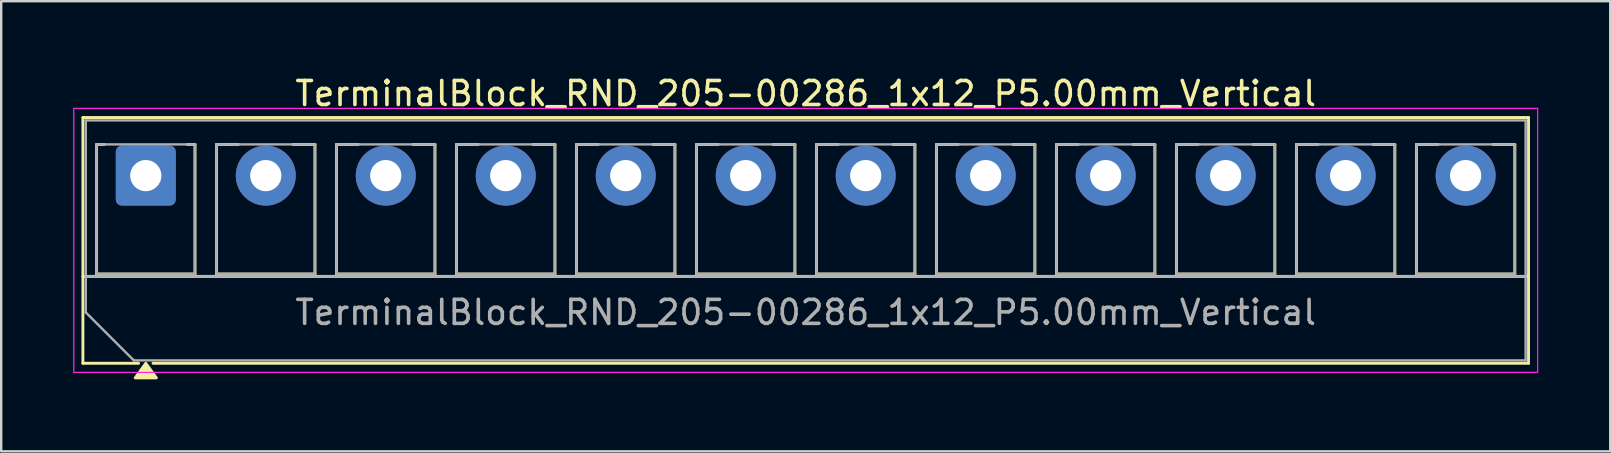
<source format=kicad_pcb>
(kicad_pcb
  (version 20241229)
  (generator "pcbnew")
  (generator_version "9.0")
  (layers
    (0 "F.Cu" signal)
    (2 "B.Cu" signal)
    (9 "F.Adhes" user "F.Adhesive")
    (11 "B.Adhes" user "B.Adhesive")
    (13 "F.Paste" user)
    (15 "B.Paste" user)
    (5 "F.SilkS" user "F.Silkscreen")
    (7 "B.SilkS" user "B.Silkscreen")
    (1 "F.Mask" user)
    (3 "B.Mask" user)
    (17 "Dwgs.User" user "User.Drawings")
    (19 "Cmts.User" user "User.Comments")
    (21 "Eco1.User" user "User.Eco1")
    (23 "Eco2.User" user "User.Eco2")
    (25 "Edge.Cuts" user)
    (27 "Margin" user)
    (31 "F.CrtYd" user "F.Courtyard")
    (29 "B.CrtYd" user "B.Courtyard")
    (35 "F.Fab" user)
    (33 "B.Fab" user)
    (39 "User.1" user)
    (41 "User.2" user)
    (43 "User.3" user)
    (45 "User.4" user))
  (footprint "TerminalBlock_RND_205-00286_1x12_P5.00mm_Vertical"
    (layer "F.Cu")
    (at 3.025 4.268)
    (property "Reference" "TerminalBlock_RND_205-00286_1x12_P5.00mm_Vertical" (at 27.5 -3.42 0) (layer "F.SilkS") (effects (font (size 1 1) (thickness 0.15))))
    (attr through_hole)
    (fp_line (start -2.62 -2.42) (end -2.62 7.82) (stroke (width 0.12) (type solid)) (layer "F.SilkS"))
    (fp_line (start -2.62 -2.42) (end 57.62 -2.42) (stroke (width 0.12) (type solid)) (layer "F.SilkS"))
    (fp_line (start -2.62 4.2) (end 57.62 4.2) (stroke (width 0.12) (type solid)) (layer "F.SilkS"))
    (fp_line (start -2.62 7.82) (end -0.3 7.82) (stroke (width 0.12) (type solid)) (layer "F.SilkS"))
    (fp_line (start -2.05 -1.3) (end -2.05 4.1) (stroke (width 0.12) (type solid)) (layer "F.SilkS"))
    (fp_line (start -2.05 -1.3) (end -1.73 -1.3) (stroke (width 0.12) (type solid)) (layer "F.SilkS"))
    (fp_line (start -2.05 4.1) (end 2.05 4.1) (stroke (width 0.12) (type solid)) (layer "F.SilkS"))
    (fp_line (start 0.3 7.82) (end 57.62 7.82) (stroke (width 0.12) (type solid)) (layer "F.SilkS"))
    (fp_line (start 1.73 -1.3) (end 2.05 -1.3) (stroke (width 0.12) (type solid)) (layer "F.SilkS"))
    (fp_line (start 2.05 -1.3) (end 2.05 4.1) (stroke (width 0.12) (type solid)) (layer "F.SilkS"))
    (fp_line (start 2.95 -1.3) (end 2.95 4.1) (stroke (width 0.12) (type solid)) (layer "F.SilkS"))
    (fp_line (start 2.95 -1.3) (end 3.859 -1.3) (stroke (width 0.12) (type solid)) (layer "F.SilkS"))
    (fp_line (start 2.95 4.1) (end 7.05 4.1) (stroke (width 0.12) (type solid)) (layer "F.SilkS"))
    (fp_line (start 6.141 -1.3) (end 7.05 -1.3) (stroke (width 0.12) (type solid)) (layer "F.SilkS"))
    (fp_line (start 7.05 -1.3) (end 7.05 4.1) (stroke (width 0.12) (type solid)) (layer "F.SilkS"))
    (fp_line (start 7.95 -1.3) (end 7.95 4.1) (stroke (width 0.12) (type solid)) (layer "F.SilkS"))
    (fp_line (start 7.95 -1.3) (end 8.859 -1.3) (stroke (width 0.12) (type solid)) (layer "F.SilkS"))
    (fp_line (start 7.95 4.1) (end 12.05 4.1) (stroke (width 0.12) (type solid)) (layer "F.SilkS"))
    (fp_line (start 11.141 -1.3) (end 12.05 -1.3) (stroke (width 0.12) (type solid)) (layer "F.SilkS"))
    (fp_line (start 12.05 -1.3) (end 12.05 4.1) (stroke (width 0.12) (type solid)) (layer "F.SilkS"))
    (fp_line (start 12.95 -1.3) (end 12.95 4.1) (stroke (width 0.12) (type solid)) (layer "F.SilkS"))
    (fp_line (start 12.95 -1.3) (end 13.859 -1.3) (stroke (width 0.12) (type solid)) (layer "F.SilkS"))
    (fp_line (start 12.95 4.1) (end 17.05 4.1) (stroke (width 0.12) (type solid)) (layer "F.SilkS"))
    (fp_line (start 16.141 -1.3) (end 17.05 -1.3) (stroke (width 0.12) (type solid)) (layer "F.SilkS"))
    (fp_line (start 17.05 -1.3) (end 17.05 4.1) (stroke (width 0.12) (type solid)) (layer "F.SilkS"))
    (fp_line (start 17.95 -1.3) (end 17.95 4.1) (stroke (width 0.12) (type solid)) (layer "F.SilkS"))
    (fp_line (start 17.95 -1.3) (end 18.859 -1.3) (stroke (width 0.12) (type solid)) (layer "F.SilkS"))
    (fp_line (start 17.95 4.1) (end 22.05 4.1) (stroke (width 0.12) (type solid)) (layer "F.SilkS"))
    (fp_line (start 21.141 -1.3) (end 22.05 -1.3) (stroke (width 0.12) (type solid)) (layer "F.SilkS"))
    (fp_line (start 22.05 -1.3) (end 22.05 4.1) (stroke (width 0.12) (type solid)) (layer "F.SilkS"))
    (fp_line (start 22.95 -1.3) (end 22.95 4.1) (stroke (width 0.12) (type solid)) (layer "F.SilkS"))
    (fp_line (start 22.95 -1.3) (end 23.859 -1.3) (stroke (width 0.12) (type solid)) (layer "F.SilkS"))
    (fp_line (start 22.95 4.1) (end 27.05 4.1) (stroke (width 0.12) (type solid)) (layer "F.SilkS"))
    (fp_line (start 26.141 -1.3) (end 27.05 -1.3) (stroke (width 0.12) (type solid)) (layer "F.SilkS"))
    (fp_line (start 27.05 -1.3) (end 27.05 4.1) (stroke (width 0.12) (type solid)) (layer "F.SilkS"))
    (fp_line (start 27.95 -1.3) (end 27.95 4.1) (stroke (width 0.12) (type solid)) (layer "F.SilkS"))
    (fp_line (start 27.95 -1.3) (end 28.859 -1.3) (stroke (width 0.12) (type solid)) (layer "F.SilkS"))
    (fp_line (start 27.95 4.1) (end 32.05 4.1) (stroke (width 0.12) (type solid)) (layer "F.SilkS"))
    (fp_line (start 31.141 -1.3) (end 32.05 -1.3) (stroke (width 0.12) (type solid)) (layer "F.SilkS"))
    (fp_line (start 32.05 -1.3) (end 32.05 4.1) (stroke (width 0.12) (type solid)) (layer "F.SilkS"))
    (fp_line (start 32.95 -1.3) (end 32.95 4.1) (stroke (width 0.12) (type solid)) (layer "F.SilkS"))
    (fp_line (start 32.95 -1.3) (end 33.859 -1.3) (stroke (width 0.12) (type solid)) (layer "F.SilkS"))
    (fp_line (start 32.95 4.1) (end 37.05 4.1) (stroke (width 0.12) (type solid)) (layer "F.SilkS"))
    (fp_line (start 36.141 -1.3) (end 37.05 -1.3) (stroke (width 0.12) (type solid)) (layer "F.SilkS"))
    (fp_line (start 37.05 -1.3) (end 37.05 4.1) (stroke (width 0.12) (type solid)) (layer "F.SilkS"))
    (fp_line (start 37.95 -1.3) (end 37.95 4.1) (stroke (width 0.12) (type solid)) (layer "F.SilkS"))
    (fp_line (start 37.95 -1.3) (end 38.859 -1.3) (stroke (width 0.12) (type solid)) (layer "F.SilkS"))
    (fp_line (start 37.95 4.1) (end 42.05 4.1) (stroke (width 0.12) (type solid)) (layer "F.SilkS"))
    (fp_line (start 41.141 -1.3) (end 42.05 -1.3) (stroke (width 0.12) (type solid)) (layer "F.SilkS"))
    (fp_line (start 42.05 -1.3) (end 42.05 4.1) (stroke (width 0.12) (type solid)) (layer "F.SilkS"))
    (fp_line (start 42.95 -1.3) (end 42.95 4.1) (stroke (width 0.12) (type solid)) (layer "F.SilkS"))
    (fp_line (start 42.95 -1.3) (end 43.859 -1.3) (stroke (width 0.12) (type solid)) (layer "F.SilkS"))
    (fp_line (start 42.95 4.1) (end 47.05 4.1) (stroke (width 0.12) (type solid)) (layer "F.SilkS"))
    (fp_line (start 46.141 -1.3) (end 47.05 -1.3) (stroke (width 0.12) (type solid)) (layer "F.SilkS"))
    (fp_line (start 47.05 -1.3) (end 47.05 4.1) (stroke (width 0.12) (type solid)) (layer "F.SilkS"))
    (fp_line (start 47.95 -1.3) (end 47.95 4.1) (stroke (width 0.12) (type solid)) (layer "F.SilkS"))
    (fp_line (start 47.95 -1.3) (end 48.859 -1.3) (stroke (width 0.12) (type solid)) (layer "F.SilkS"))
    (fp_line (start 47.95 4.1) (end 52.05 4.1) (stroke (width 0.12) (type solid)) (layer "F.SilkS"))
    (fp_line (start 51.141 -1.3) (end 52.05 -1.3) (stroke (width 0.12) (type solid)) (layer "F.SilkS"))
    (fp_line (start 52.05 -1.3) (end 52.05 4.1) (stroke (width 0.12) (type solid)) (layer "F.SilkS"))
    (fp_line (start 52.95 -1.3) (end 52.95 4.1) (stroke (width 0.12) (type solid)) (layer "F.SilkS"))
    (fp_line (start 52.95 -1.3) (end 53.859 -1.3) (stroke (width 0.12) (type solid)) (layer "F.SilkS"))
    (fp_line (start 52.95 4.1) (end 57.05 4.1) (stroke (width 0.12) (type solid)) (layer "F.SilkS"))
    (fp_line (start 56.141 -1.3) (end 57.05 -1.3) (stroke (width 0.12) (type solid)) (layer "F.SilkS"))
    (fp_line (start 57.05 -1.3) (end 57.05 4.1) (stroke (width 0.12) (type solid)) (layer "F.SilkS"))
    (fp_line (start 57.62 -2.42) (end 57.62 7.82) (stroke (width 0.12) (type solid)) (layer "F.SilkS"))
    (fp_poly (pts (xy 0 7.82) (xy 0.44 8.43) (xy -0.44 8.43)) (stroke (width 0.12) (type solid)) (fill yes) (layer "F.SilkS"))
    (fp_line (start -3 -2.8) (end -3 8.2) (stroke (width 0.05) (type solid)) (layer "F.CrtYd"))
    (fp_line (start -3 8.2) (end 58 8.2) (stroke (width 0.05) (type solid)) (layer "F.CrtYd"))
    (fp_line (start 58 -2.8) (end -3 -2.8) (stroke (width 0.05) (type solid)) (layer "F.CrtYd"))
    (fp_line (start 58 8.2) (end 58 -2.8) (stroke (width 0.05) (type solid)) (layer "F.CrtYd"))
    (fp_line (start -2.5 -2.3) (end 57.5 -2.3) (stroke (width 0.1) (type solid)) (layer "F.Fab"))
    (fp_line (start -2.5 4.2) (end 57.5 4.2) (stroke (width 0.1) (type solid)) (layer "F.Fab"))
    (fp_line (start -2.5 5.7) (end -2.5 -2.3) (stroke (width 0.1) (type solid)) (layer "F.Fab"))
    (fp_line (start -2.05 -1.3) (end -2.05 4.1) (stroke (width 0.1) (type solid)) (layer "F.Fab"))
    (fp_line (start -2.05 4.1) (end 2.05 4.1) (stroke (width 0.1) (type solid)) (layer "F.Fab"))
    (fp_line (start -0.5 7.7) (end -2.5 5.7) (stroke (width 0.1) (type solid)) (layer "F.Fab"))
    (fp_line (start 2.05 -1.3) (end -2.05 -1.3) (stroke (width 0.1) (type solid)) (layer "F.Fab"))
    (fp_line (start 2.05 4.1) (end 2.05 -1.3) (stroke (width 0.1) (type solid)) (layer "F.Fab"))
    (fp_line (start 2.95 -1.3) (end 2.95 4.1) (stroke (width 0.1) (type solid)) (layer "F.Fab"))
    (fp_line (start 2.95 4.1) (end 7.05 4.1) (stroke (width 0.1) (type solid)) (layer "F.Fab"))
    (fp_line (start 7.05 -1.3) (end 2.95 -1.3) (stroke (width 0.1) (type solid)) (layer "F.Fab"))
    (fp_line (start 7.05 4.1) (end 7.05 -1.3) (stroke (width 0.1) (type solid)) (layer "F.Fab"))
    (fp_line (start 7.95 -1.3) (end 7.95 4.1) (stroke (width 0.1) (type solid)) (layer "F.Fab"))
    (fp_line (start 7.95 4.1) (end 12.05 4.1) (stroke (width 0.1) (type solid)) (layer "F.Fab"))
    (fp_line (start 12.05 -1.3) (end 7.95 -1.3) (stroke (width 0.1) (type solid)) (layer "F.Fab"))
    (fp_line (start 12.05 4.1) (end 12.05 -1.3) (stroke (width 0.1) (type solid)) (layer "F.Fab"))
    (fp_line (start 12.95 -1.3) (end 12.95 4.1) (stroke (width 0.1) (type solid)) (layer "F.Fab"))
    (fp_line (start 12.95 4.1) (end 17.05 4.1) (stroke (width 0.1) (type solid)) (layer "F.Fab"))
    (fp_line (start 17.05 -1.3) (end 12.95 -1.3) (stroke (width 0.1) (type solid)) (layer "F.Fab"))
    (fp_line (start 17.05 4.1) (end 17.05 -1.3) (stroke (width 0.1) (type solid)) (layer "F.Fab"))
    (fp_line (start 17.95 -1.3) (end 17.95 4.1) (stroke (width 0.1) (type solid)) (layer "F.Fab"))
    (fp_line (start 17.95 4.1) (end 22.05 4.1) (stroke (width 0.1) (type solid)) (layer "F.Fab"))
    (fp_line (start 22.05 -1.3) (end 17.95 -1.3) (stroke (width 0.1) (type solid)) (layer "F.Fab"))
    (fp_line (start 22.05 4.1) (end 22.05 -1.3) (stroke (width 0.1) (type solid)) (layer "F.Fab"))
    (fp_line (start 22.95 -1.3) (end 22.95 4.1) (stroke (width 0.1) (type solid)) (layer "F.Fab"))
    (fp_line (start 22.95 4.1) (end 27.05 4.1) (stroke (width 0.1) (type solid)) (layer "F.Fab"))
    (fp_line (start 27.05 -1.3) (end 22.95 -1.3) (stroke (width 0.1) (type solid)) (layer "F.Fab"))
    (fp_line (start 27.05 4.1) (end 27.05 -1.3) (stroke (width 0.1) (type solid)) (layer "F.Fab"))
    (fp_line (start 27.95 -1.3) (end 27.95 4.1) (stroke (width 0.1) (type solid)) (layer "F.Fab"))
    (fp_line (start 27.95 4.1) (end 32.05 4.1) (stroke (width 0.1) (type solid)) (layer "F.Fab"))
    (fp_line (start 32.05 -1.3) (end 27.95 -1.3) (stroke (width 0.1) (type solid)) (layer "F.Fab"))
    (fp_line (start 32.05 4.1) (end 32.05 -1.3) (stroke (width 0.1) (type solid)) (layer "F.Fab"))
    (fp_line (start 32.95 -1.3) (end 32.95 4.1) (stroke (width 0.1) (type solid)) (layer "F.Fab"))
    (fp_line (start 32.95 4.1) (end 37.05 4.1) (stroke (width 0.1) (type solid)) (layer "F.Fab"))
    (fp_line (start 37.05 -1.3) (end 32.95 -1.3) (stroke (width 0.1) (type solid)) (layer "F.Fab"))
    (fp_line (start 37.05 4.1) (end 37.05 -1.3) (stroke (width 0.1) (type solid)) (layer "F.Fab"))
    (fp_line (start 37.95 -1.3) (end 37.95 4.1) (stroke (width 0.1) (type solid)) (layer "F.Fab"))
    (fp_line (start 37.95 4.1) (end 42.05 4.1) (stroke (width 0.1) (type solid)) (layer "F.Fab"))
    (fp_line (start 42.05 -1.3) (end 37.95 -1.3) (stroke (width 0.1) (type solid)) (layer "F.Fab"))
    (fp_line (start 42.05 4.1) (end 42.05 -1.3) (stroke (width 0.1) (type solid)) (layer "F.Fab"))
    (fp_line (start 42.95 -1.3) (end 42.95 4.1) (stroke (width 0.1) (type solid)) (layer "F.Fab"))
    (fp_line (start 42.95 4.1) (end 47.05 4.1) (stroke (width 0.1) (type solid)) (layer "F.Fab"))
    (fp_line (start 47.05 -1.3) (end 42.95 -1.3) (stroke (width 0.1) (type solid)) (layer "F.Fab"))
    (fp_line (start 47.05 4.1) (end 47.05 -1.3) (stroke (width 0.1) (type solid)) (layer "F.Fab"))
    (fp_line (start 47.95 -1.3) (end 47.95 4.1) (stroke (width 0.1) (type solid)) (layer "F.Fab"))
    (fp_line (start 47.95 4.1) (end 52.05 4.1) (stroke (width 0.1) (type solid)) (layer "F.Fab"))
    (fp_line (start 52.05 -1.3) (end 47.95 -1.3) (stroke (width 0.1) (type solid)) (layer "F.Fab"))
    (fp_line (start 52.05 4.1) (end 52.05 -1.3) (stroke (width 0.1) (type solid)) (layer "F.Fab"))
    (fp_line (start 52.95 -1.3) (end 52.95 4.1) (stroke (width 0.1) (type solid)) (layer "F.Fab"))
    (fp_line (start 52.95 4.1) (end 57.05 4.1) (stroke (width 0.1) (type solid)) (layer "F.Fab"))
    (fp_line (start 57.05 -1.3) (end 52.95 -1.3) (stroke (width 0.1) (type solid)) (layer "F.Fab"))
    (fp_line (start 57.05 4.1) (end 57.05 -1.3) (stroke (width 0.1) (type solid)) (layer "F.Fab"))
    (fp_line (start 57.5 -2.3) (end 57.5 7.7) (stroke (width 0.1) (type solid)) (layer "F.Fab"))
    (fp_line (start 57.5 7.7) (end -0.5 7.7) (stroke (width 0.1) (type solid)) (layer "F.Fab"))
    (fp_text user "${REFERENCE}" (at 27.5 5.7 0) (layer "F.Fab") (effects (font (size 1 1) (thickness 0.15))))
    (pad "1" thru_hole roundrect (at 0 0) (size 2.5 2.5) (drill 1.3) (layers "*.Cu" "*.Mask") (roundrect_rratio 0.1))
    (pad "2" thru_hole circle (at 5 0) (size 2.5 2.5) (drill 1.3) (layers "*.Cu" "*.Mask"))
    (pad "3" thru_hole circle (at 10 0) (size 2.5 2.5) (drill 1.3) (layers "*.Cu" "*.Mask"))
    (pad "4" thru_hole circle (at 15 0) (size 2.5 2.5) (drill 1.3) (layers "*.Cu" "*.Mask"))
    (pad "5" thru_hole circle (at 20 0) (size 2.5 2.5) (drill 1.3) (layers "*.Cu" "*.Mask"))
    (pad "6" thru_hole circle (at 25 0) (size 2.5 2.5) (drill 1.3) (layers "*.Cu" "*.Mask"))
    (pad "7" thru_hole circle (at 30 0) (size 2.5 2.5) (drill 1.3) (layers "*.Cu" "*.Mask"))
    (pad "8" thru_hole circle (at 35 0) (size 2.5 2.5) (drill 1.3) (layers "*.Cu" "*.Mask"))
    (pad "9" thru_hole circle (at 40 0) (size 2.5 2.5) (drill 1.3) (layers "*.Cu" "*.Mask"))
    (pad "10" thru_hole circle (at 45 0) (size 2.5 2.5) (drill 1.3) (layers "*.Cu" "*.Mask"))
    (pad "11" thru_hole circle (at 50 0) (size 2.5 2.5) (drill 1.3) (layers "*.Cu" "*.Mask"))
    (pad "12" thru_hole circle (at 55 0) (size 2.5 2.5) (drill 1.3) (layers "*.Cu" "*.Mask")))
  (gr_rect
    (start -3 -3)
    (end 64.05 15.758)
    (stroke (width 0.1) (type default))
    (fill no)
    (layer "Edge.Cuts")))
</source>
